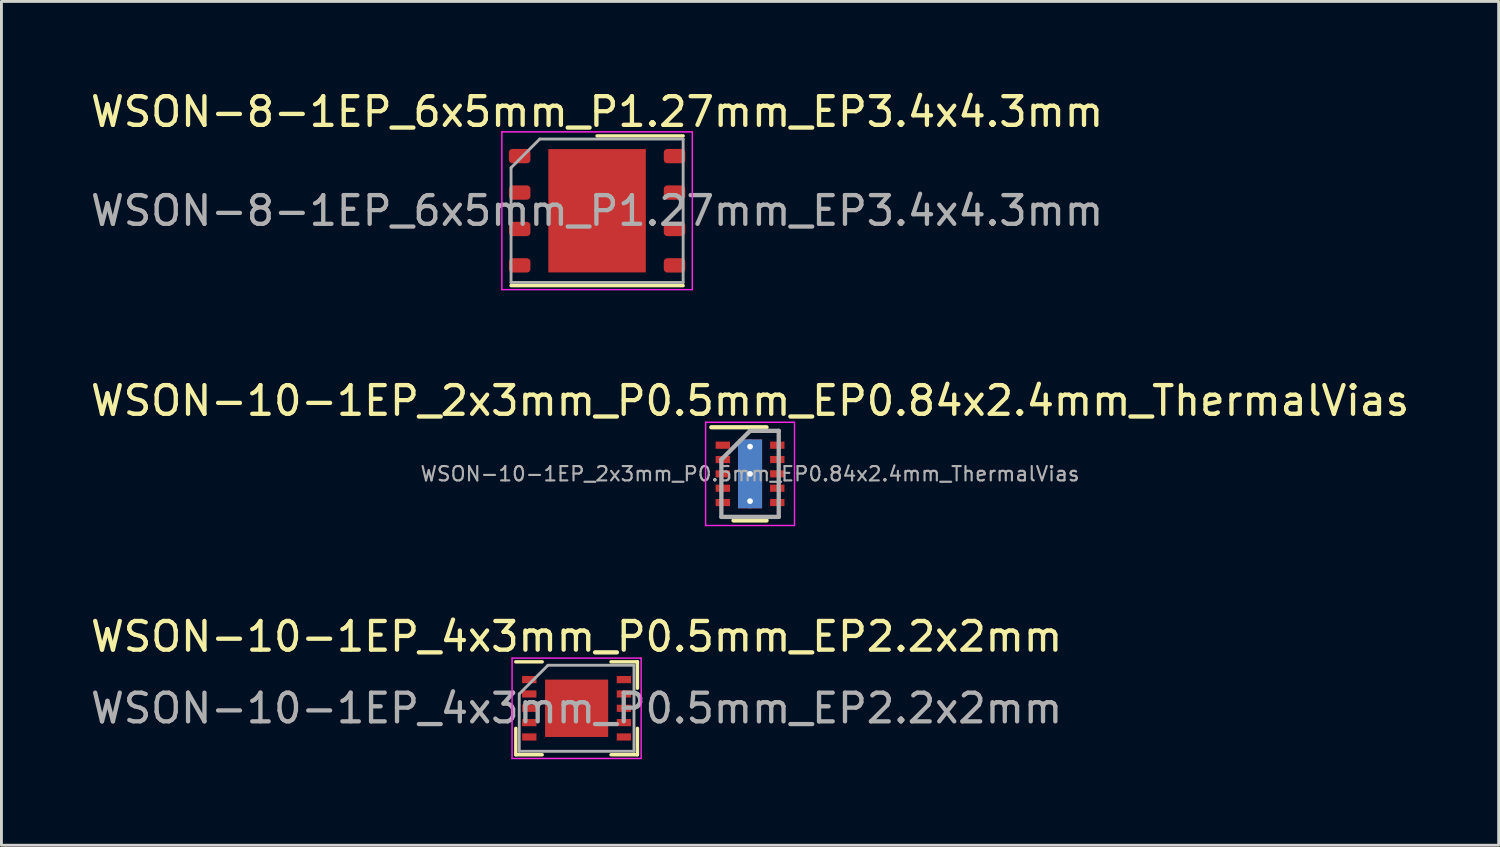
<source format=kicad_pcb>
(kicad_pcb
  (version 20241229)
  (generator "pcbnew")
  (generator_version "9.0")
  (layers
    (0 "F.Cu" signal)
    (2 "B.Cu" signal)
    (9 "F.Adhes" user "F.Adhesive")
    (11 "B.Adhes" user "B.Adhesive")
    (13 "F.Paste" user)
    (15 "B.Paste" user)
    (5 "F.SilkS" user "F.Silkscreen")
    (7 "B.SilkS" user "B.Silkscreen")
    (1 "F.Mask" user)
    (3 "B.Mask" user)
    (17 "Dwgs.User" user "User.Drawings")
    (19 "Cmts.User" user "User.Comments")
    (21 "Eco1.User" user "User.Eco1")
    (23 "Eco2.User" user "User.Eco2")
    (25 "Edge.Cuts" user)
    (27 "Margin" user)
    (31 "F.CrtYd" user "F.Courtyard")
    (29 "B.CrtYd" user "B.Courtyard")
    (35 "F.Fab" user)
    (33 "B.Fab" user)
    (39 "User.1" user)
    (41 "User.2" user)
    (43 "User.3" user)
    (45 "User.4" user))
  (footprint "WSON-8-1EP_6x5mm_P1.27mm_EP3.4x4.3mm"
    (layer "F.Cu")
    (at 17.768 4.298)
    (property "Reference" "WSON-8-1EP_6x5mm_P1.27mm_EP3.4x4.3mm" (at 0 -3.45 0) (layer "F.SilkS") (effects (font (size 1 1) (thickness 0.15))))
    (attr smd)
    (fp_line (start -3 2.61) (end 3 2.61) (stroke (width 0.12) (type solid)) (layer "F.SilkS"))
    (fp_line (start 0 -2.61) (end 3 -2.61) (stroke (width 0.12) (type solid)) (layer "F.SilkS"))
    (fp_line (start -3.32 -2.75) (end -3.32 2.75) (stroke (width 0.05) (type solid)) (layer "F.CrtYd"))
    (fp_line (start -3.32 2.75) (end 3.32 2.75) (stroke (width 0.05) (type solid)) (layer "F.CrtYd"))
    (fp_line (start 3.32 -2.75) (end -3.32 -2.75) (stroke (width 0.05) (type solid)) (layer "F.CrtYd"))
    (fp_line (start 3.32 2.75) (end 3.32 -2.75) (stroke (width 0.05) (type solid)) (layer "F.CrtYd"))
    (fp_line (start -3 -1.5) (end -2 -2.5) (stroke (width 0.1) (type solid)) (layer "F.Fab"))
    (fp_line (start -3 2.5) (end -3 -1.5) (stroke (width 0.1) (type solid)) (layer "F.Fab"))
    (fp_line (start -2 -2.5) (end 3 -2.5) (stroke (width 0.1) (type solid)) (layer "F.Fab"))
    (fp_line (start 3 -2.5) (end 3 2.5) (stroke (width 0.1) (type solid)) (layer "F.Fab"))
    (fp_line (start 3 2.5) (end -3 2.5) (stroke (width 0.1) (type solid)) (layer "F.Fab"))
    (fp_text user "${REFERENCE}" (at 0 0 0) (layer "F.Fab") (effects (font (size 1 1) (thickness 0.15))))
    (pad "" smd roundrect (at -0.85 -1.075) (size 1.37 1.73) (layers "F.Paste") (roundrect_rratio 0.182))
    (pad "" smd roundrect (at -0.85 1.075) (size 1.37 1.73) (layers "F.Paste") (roundrect_rratio 0.182))
    (pad "" smd roundrect (at 0.85 -1.075) (size 1.37 1.73) (layers "F.Paste") (roundrect_rratio 0.182))
    (pad "" smd roundrect (at 0.85 1.075) (size 1.37 1.73) (layers "F.Paste") (roundrect_rratio 0.182))
    (pad "1" smd roundrect (at -2.7 -1.905) (size 0.75 0.5) (layers "F.Cu" "F.Mask" "F.Paste") (roundrect_rratio 0.25))
    (pad "2" smd roundrect (at -2.7 -0.635) (size 0.75 0.5) (layers "F.Cu" "F.Mask" "F.Paste") (roundrect_rratio 0.25))
    (pad "3" smd roundrect (at -2.7 0.635) (size 0.75 0.5) (layers "F.Cu" "F.Mask" "F.Paste") (roundrect_rratio 0.25))
    (pad "4" smd roundrect (at -2.7 1.905) (size 0.75 0.5) (layers "F.Cu" "F.Mask" "F.Paste") (roundrect_rratio 0.25))
    (pad "5" smd roundrect (at 2.7 1.905) (size 0.75 0.5) (layers "F.Cu" "F.Mask" "F.Paste") (roundrect_rratio 0.25))
    (pad "6" smd roundrect (at 2.7 0.635) (size 0.75 0.5) (layers "F.Cu" "F.Mask" "F.Paste") (roundrect_rratio 0.25))
    (pad "7" smd roundrect (at 2.7 -0.635) (size 0.75 0.5) (layers "F.Cu" "F.Mask" "F.Paste") (roundrect_rratio 0.25))
    (pad "8" smd roundrect (at 2.7 -1.905) (size 0.75 0.5) (layers "F.Cu" "F.Mask" "F.Paste") (roundrect_rratio 0.25))
    (pad "9" smd rect (at 0 0) (size 3.4 4.3) (layers "F.Cu" "F.Mask")))
  (footprint "WSON-10-1EP_2x3mm_P0.5mm_EP0.84x2.4mm_ThermalVias"
    (layer "F.Cu")
    (at 23.101 13.472)
    (property "Reference" "WSON-10-1EP_2x3mm_P0.5mm_EP0.84x2.4mm_ThermalVias" (at 0 -2.55 0) (layer "F.SilkS") (effects (font (size 1 1) (thickness 0.15))))
    (attr smd)
    (fp_line (start -1.35 -1.625) (end 0.575 -1.625) (stroke (width 0.15) (type solid)) (layer "F.SilkS"))
    (fp_line (start -0.575 1.625) (end 0.575 1.625) (stroke (width 0.15) (type solid)) (layer "F.SilkS"))
    (fp_line (start -1.55 -1.8) (end -1.55 1.8) (stroke (width 0.05) (type solid)) (layer "F.CrtYd"))
    (fp_line (start -1.55 -1.8) (end 1.55 -1.8) (stroke (width 0.05) (type solid)) (layer "F.CrtYd"))
    (fp_line (start -1.55 1.8) (end 1.55 1.8) (stroke (width 0.05) (type solid)) (layer "F.CrtYd"))
    (fp_line (start 1.55 -1.8) (end 1.55 1.8) (stroke (width 0.05) (type solid)) (layer "F.CrtYd"))
    (fp_line (start -1 -0.5) (end 0 -1.5) (stroke (width 0.15) (type solid)) (layer "F.Fab"))
    (fp_line (start -1 1.5) (end -1 -0.5) (stroke (width 0.15) (type solid)) (layer "F.Fab"))
    (fp_line (start 0 -1.5) (end 1 -1.5) (stroke (width 0.15) (type solid)) (layer "F.Fab"))
    (fp_line (start 1 -1.5) (end 1 1.5) (stroke (width 0.15) (type solid)) (layer "F.Fab"))
    (fp_line (start 1 1.5) (end -1 1.5) (stroke (width 0.15) (type solid)) (layer "F.Fab"))
    (fp_text user "${REFERENCE}" (at 0 0 0) (layer "F.Fab") (effects (font (size 0.5 0.5) (thickness 0.075))))
    (pad "" smd rect (at 0 -0.475) (size 0.65 0.7) (layers "F.Paste"))
    (pad "" smd rect (at 0 0.475) (size 0.65 0.7) (layers "F.Paste"))
    (pad "1" smd rect (at -0.95 -1) (size 0.5 0.25) (layers "F.Cu" "F.Mask" "F.Paste"))
    (pad "2" smd rect (at -0.95 -0.5) (size 0.5 0.25) (layers "F.Cu" "F.Mask" "F.Paste"))
    (pad "3" smd rect (at -0.95 0) (size 0.5 0.25) (layers "F.Cu" "F.Mask" "F.Paste"))
    (pad "4" smd rect (at -0.95 0.5) (size 0.5 0.25) (layers "F.Cu" "F.Mask" "F.Paste"))
    (pad "5" smd rect (at -0.95 1) (size 0.5 0.25) (layers "F.Cu" "F.Mask" "F.Paste"))
    (pad "6" smd rect (at 0.95 1) (size 0.5 0.25) (layers "F.Cu" "F.Mask" "F.Paste"))
    (pad "7" smd rect (at 0.95 0.5) (size 0.5 0.25) (layers "F.Cu" "F.Mask" "F.Paste"))
    (pad "8" smd rect (at 0.95 0) (size 0.5 0.25) (layers "F.Cu" "F.Mask" "F.Paste"))
    (pad "9" smd rect (at 0.95 -0.5) (size 0.5 0.25) (layers "F.Cu" "F.Mask" "F.Paste"))
    (pad "10" smd rect (at 0.95 -1) (size 0.5 0.25) (layers "F.Cu" "F.Mask" "F.Paste"))
    (pad "11" thru_hole circle (at 0 -0.95) (size 0.5 0.5) (drill 0.2) (layers "*.Cu" "F.Mask"))
    (pad "11" thru_hole circle (at 0 0) (size 0.5 0.5) (drill 0.2) (layers "*.Cu" "F.Mask"))
    (pad "11" smd rect (at 0 0) (size 0.84 2.4) (layers "F.Cu" "F.Mask"))
    (pad "11" smd rect (at 0 0) (size 0.84 2.4) (layers "B.Cu"))
    (pad "11" thru_hole circle (at 0 0.95) (size 0.5 0.5) (drill 0.2) (layers "*.Cu" "F.Mask")))
  (footprint "WSON-10-1EP_4x3mm_P0.5mm_EP2.2x2mm"
    (layer "F.Cu")
    (at 17.054 21.645)
    (property "Reference" "WSON-10-1EP_4x3mm_P0.5mm_EP2.2x2mm" (at 0 -2.5 0) (layer "F.SilkS") (effects (font (size 1 1) (thickness 0.15))))
    (attr smd)
    (fp_line (start -2.12 -1.62) (end -1.2 -1.62) (stroke (width 0.12) (type solid)) (layer "F.SilkS"))
    (fp_line (start -2.12 1.62) (end -2.12 0.7) (stroke (width 0.12) (type solid)) (layer "F.SilkS"))
    (fp_line (start -2.12 1.62) (end -1.2 1.62) (stroke (width 0.12) (type solid)) (layer "F.SilkS"))
    (fp_line (start 1.2 -1.62) (end 2.12 -1.62) (stroke (width 0.12) (type solid)) (layer "F.SilkS"))
    (fp_line (start 1.2 1.62) (end 2.12 1.62) (stroke (width 0.12) (type solid)) (layer "F.SilkS"))
    (fp_line (start 2.12 -0.7) (end 2.12 -1.62) (stroke (width 0.12) (type solid)) (layer "F.SilkS"))
    (fp_line (start 2.12 0.7) (end 2.12 1.62) (stroke (width 0.12) (type solid)) (layer "F.SilkS"))
    (fp_line (start -2.25 -1.75) (end -2.25 1.75) (stroke (width 0.05) (type solid)) (layer "F.CrtYd"))
    (fp_line (start -2.25 -1.75) (end 2.25 -1.75) (stroke (width 0.05) (type solid)) (layer "F.CrtYd"))
    (fp_line (start -2.25 1.75) (end 2.25 1.75) (stroke (width 0.05) (type solid)) (layer "F.CrtYd"))
    (fp_line (start 2.25 -1.75) (end 2.25 1.75) (stroke (width 0.05) (type solid)) (layer "F.CrtYd"))
    (fp_line (start -2 1.5) (end -2 -0.5) (stroke (width 0.1) (type solid)) (layer "F.Fab"))
    (fp_line (start -1 -1.5) (end -2 -0.5) (stroke (width 0.1) (type solid)) (layer "F.Fab"))
    (fp_line (start -1 -1.5) (end 2 -1.5) (stroke (width 0.1) (type solid)) (layer "F.Fab"))
    (fp_line (start 2 -1.5) (end 2 1.5) (stroke (width 0.1) (type solid)) (layer "F.Fab"))
    (fp_line (start 2 1.5) (end -2 1.5) (stroke (width 0.1) (type solid)) (layer "F.Fab"))
    (fp_text user "${REFERENCE}" (at 0 0 0) (layer "F.Fab") (effects (font (size 1 1) (thickness 0.15))))
    (pad "" smd rect (at -0.55 -0.5) (size 0.88 0.8) (layers "F.Paste"))
    (pad "" smd rect (at -0.55 0.5) (size 0.88 0.8) (layers "F.Paste"))
    (pad "" smd rect (at 0.55 -0.5) (size 0.88 0.8) (layers "F.Paste"))
    (pad "" smd rect (at 0.55 0.5) (size 0.88 0.8) (layers "F.Paste"))
    (pad "1" smd rect (at -1.65 -1) (size 0.5 0.25) (layers "F.Cu" "F.Mask" "F.Paste"))
    (pad "2" smd rect (at -1.65 -0.5) (size 0.5 0.25) (layers "F.Cu" "F.Mask" "F.Paste"))
    (pad "3" smd rect (at -1.65 0) (size 0.5 0.25) (layers "F.Cu" "F.Mask" "F.Paste"))
    (pad "4" smd rect (at -1.65 0.5) (size 0.5 0.25) (layers "F.Cu" "F.Mask" "F.Paste"))
    (pad "5" smd rect (at -1.65 1) (size 0.5 0.25) (layers "F.Cu" "F.Mask" "F.Paste"))
    (pad "6" smd rect (at 1.65 1) (size 0.5 0.25) (layers "F.Cu" "F.Mask" "F.Paste"))
    (pad "7" smd rect (at 1.65 0.5) (size 0.5 0.25) (layers "F.Cu" "F.Mask" "F.Paste"))
    (pad "8" smd rect (at 1.65 0) (size 0.5 0.25) (layers "F.Cu" "F.Mask" "F.Paste"))
    (pad "9" smd rect (at 1.65 -0.5) (size 0.5 0.25) (layers "F.Cu" "F.Mask" "F.Paste"))
    (pad "10" smd rect (at 1.65 -1) (size 0.5 0.25) (layers "F.Cu" "F.Mask" "F.Paste"))
    (pad "11" smd rect (at 0 0) (size 2.2 2) (layers "F.Cu" "F.Mask")))
  (gr_rect
    (start -3 -3)
    (end 49.202 26.42)
    (stroke (width 0.1) (type default))
    (fill no)
    (layer "Edge.Cuts")))
</source>
